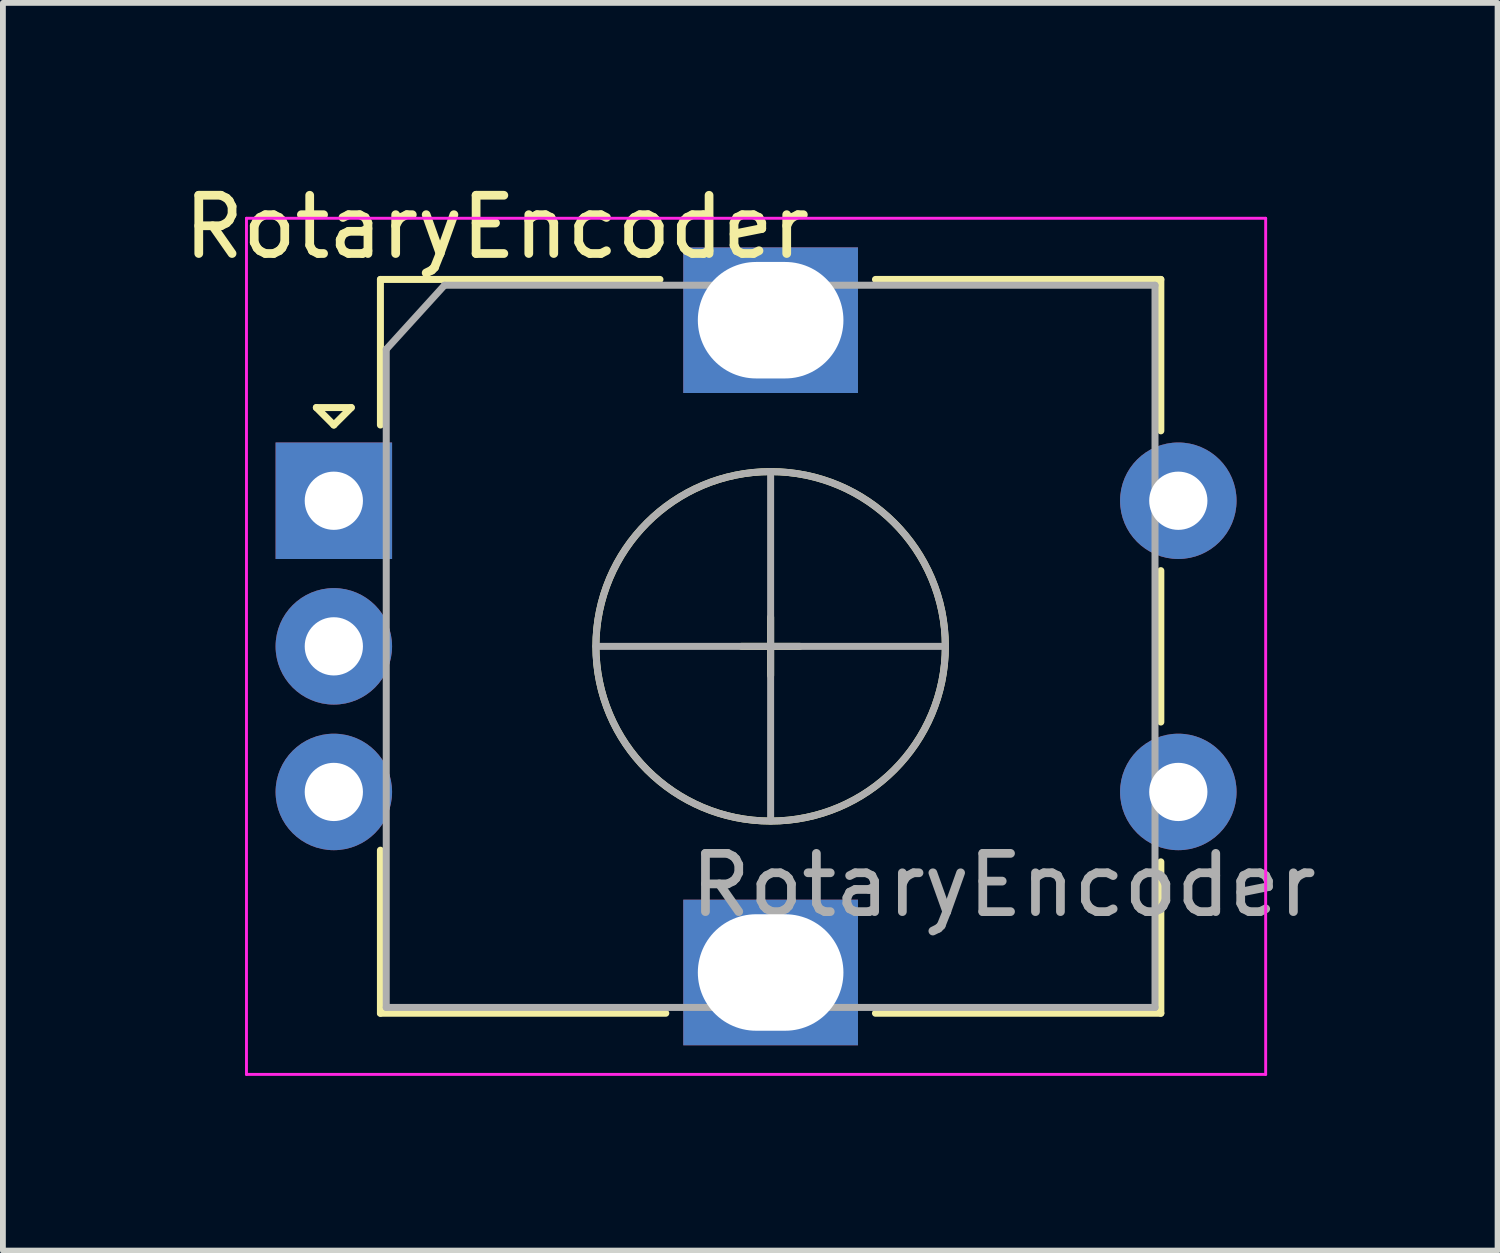
<source format=kicad_pcb>
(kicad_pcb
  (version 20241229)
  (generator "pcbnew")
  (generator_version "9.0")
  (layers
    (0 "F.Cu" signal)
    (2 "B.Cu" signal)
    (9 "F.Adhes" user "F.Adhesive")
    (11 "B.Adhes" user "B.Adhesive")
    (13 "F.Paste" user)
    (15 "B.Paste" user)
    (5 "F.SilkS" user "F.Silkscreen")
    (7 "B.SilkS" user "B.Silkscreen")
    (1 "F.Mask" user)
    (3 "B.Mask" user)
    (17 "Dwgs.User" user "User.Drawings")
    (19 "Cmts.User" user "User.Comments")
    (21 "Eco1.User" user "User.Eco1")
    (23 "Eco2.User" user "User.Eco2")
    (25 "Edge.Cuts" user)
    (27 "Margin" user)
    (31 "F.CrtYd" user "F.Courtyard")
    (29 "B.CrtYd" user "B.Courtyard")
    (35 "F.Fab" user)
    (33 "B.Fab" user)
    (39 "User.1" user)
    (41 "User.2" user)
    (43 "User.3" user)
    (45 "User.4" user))
  (footprint "RotaryEncoder"
    (layer "F.Cu")
    (at 2.682 5.548)
    (property "Reference" "RotaryEncoder" (at 2.8 -4.7 0) (layer "F.SilkS") (effects (font (size 1 1) (thickness 0.15))))
    (attr through_hole)
    (fp_line (start -0.3 -1.6) (end 0.3 -1.6) (stroke (width 0.12) (type solid)) (layer "F.SilkS"))
    (fp_line (start 0 -1.3) (end -0.3 -1.6) (stroke (width 0.12) (type solid)) (layer "F.SilkS"))
    (fp_line (start 0.3 -1.6) (end 0 -1.3) (stroke (width 0.12) (type solid)) (layer "F.SilkS"))
    (fp_line (start 0.8 -3.8) (end 0.8 -1.3) (stroke (width 0.12) (type solid)) (layer "F.SilkS"))
    (fp_line (start 0.8 8.8) (end 0.8 6) (stroke (width 0.12) (type solid)) (layer "F.SilkS"))
    (fp_line (start 5.6 -3.8) (end 0.8 -3.8) (stroke (width 0.12) (type solid)) (layer "F.SilkS"))
    (fp_line (start 5.7 8.8) (end 0.8 8.8) (stroke (width 0.12) (type solid)) (layer "F.SilkS"))
    (fp_line (start 7 2.5) (end 8 2.5) (stroke (width 0.12) (type solid)) (layer "F.SilkS"))
    (fp_line (start 7.5 2) (end 7.5 3) (stroke (width 0.12) (type solid)) (layer "F.SilkS"))
    (fp_line (start 9.3 -3.8) (end 14.2 -3.8) (stroke (width 0.12) (type solid)) (layer "F.SilkS"))
    (fp_line (start 14.2 -3.8) (end 14.2 -1.2) (stroke (width 0.12) (type solid)) (layer "F.SilkS"))
    (fp_line (start 14.2 1.2) (end 14.2 3.8) (stroke (width 0.12) (type solid)) (layer "F.SilkS"))
    (fp_line (start 14.2 6.2) (end 14.2 8.8) (stroke (width 0.12) (type solid)) (layer "F.SilkS"))
    (fp_line (start 14.2 8.8) (end 9.3 8.8) (stroke (width 0.12) (type solid)) (layer "F.SilkS"))
    (fp_circle (center 7.5 2.5) (end 10.5 2.5) (stroke (width 0.12) (type solid)) (fill no) (layer "F.SilkS"))
    (fp_line (start -1.5 -4.85) (end -1.5 9.85) (stroke (width 0.05) (type solid)) (layer "F.CrtYd"))
    (fp_line (start -1.5 -4.85) (end 16 -4.85) (stroke (width 0.05) (type solid)) (layer "F.CrtYd"))
    (fp_line (start 16 9.85) (end -1.5 9.85) (stroke (width 0.05) (type solid)) (layer "F.CrtYd"))
    (fp_line (start 16 9.85) (end 16 -4.85) (stroke (width 0.05) (type solid)) (layer "F.CrtYd"))
    (fp_line (start 0.9 -2.6) (end 1.9 -3.7) (stroke (width 0.12) (type solid)) (layer "F.Fab"))
    (fp_line (start 0.9 8.7) (end 0.9 -2.6) (stroke (width 0.12) (type solid)) (layer "F.Fab"))
    (fp_line (start 1.9 -3.7) (end 14.1 -3.7) (stroke (width 0.12) (type solid)) (layer "F.Fab"))
    (fp_line (start 4.5 2.5) (end 10.5 2.5) (stroke (width 0.12) (type solid)) (layer "F.Fab"))
    (fp_line (start 7.5 -0.5) (end 7.5 5.5) (stroke (width 0.12) (type solid)) (layer "F.Fab"))
    (fp_line (start 14.1 -3.7) (end 14.1 8.7) (stroke (width 0.12) (type solid)) (layer "F.Fab"))
    (fp_line (start 14.1 8.7) (end 0.9 8.7) (stroke (width 0.12) (type solid)) (layer "F.Fab"))
    (fp_circle (center 7.5 2.5) (end 10.5 2.5) (stroke (width 0.12) (type solid)) (fill no) (layer "F.Fab"))
    (fp_text user "${REFERENCE}" (at 11.5 6.6 0) (layer "F.Fab") (effects (font (size 1 1) (thickness 0.15))))
    (pad "A" thru_hole rect (at 0 0) (size 2 2) (drill 1) (layers "*.Cu" "*.Mask"))
    (pad "B" thru_hole circle (at 0 5) (size 2 2) (drill 1) (layers "*.Cu" "*.Mask"))
    (pad "C" thru_hole circle (at 0 2.5) (size 2 2) (drill 1) (layers "*.Cu" "*.Mask"))
    (pad "MP" thru_hole rect (at 7.5 -3.1) (size 3 2.5) (drill oval 2.5 2) (layers "*.Cu" "*.Mask"))
    (pad "MP" thru_hole rect (at 7.5 8.1) (size 3 2.5) (drill oval 2.5 2) (layers "*.Cu" "*.Mask"))
    (pad "S1" thru_hole circle (at 14.5 0) (size 2 2) (drill 1) (layers "*.Cu" "*.Mask"))
    (pad "S2" thru_hole circle (at 14.5 5) (size 2 2) (drill 1) (layers "*.Cu" "*.Mask")))
  (gr_rect
    (start -3 -3)
    (end 22.664 18.423)
    (stroke (width 0.1) (type default))
    (fill no)
    (layer "Edge.Cuts")))
</source>
